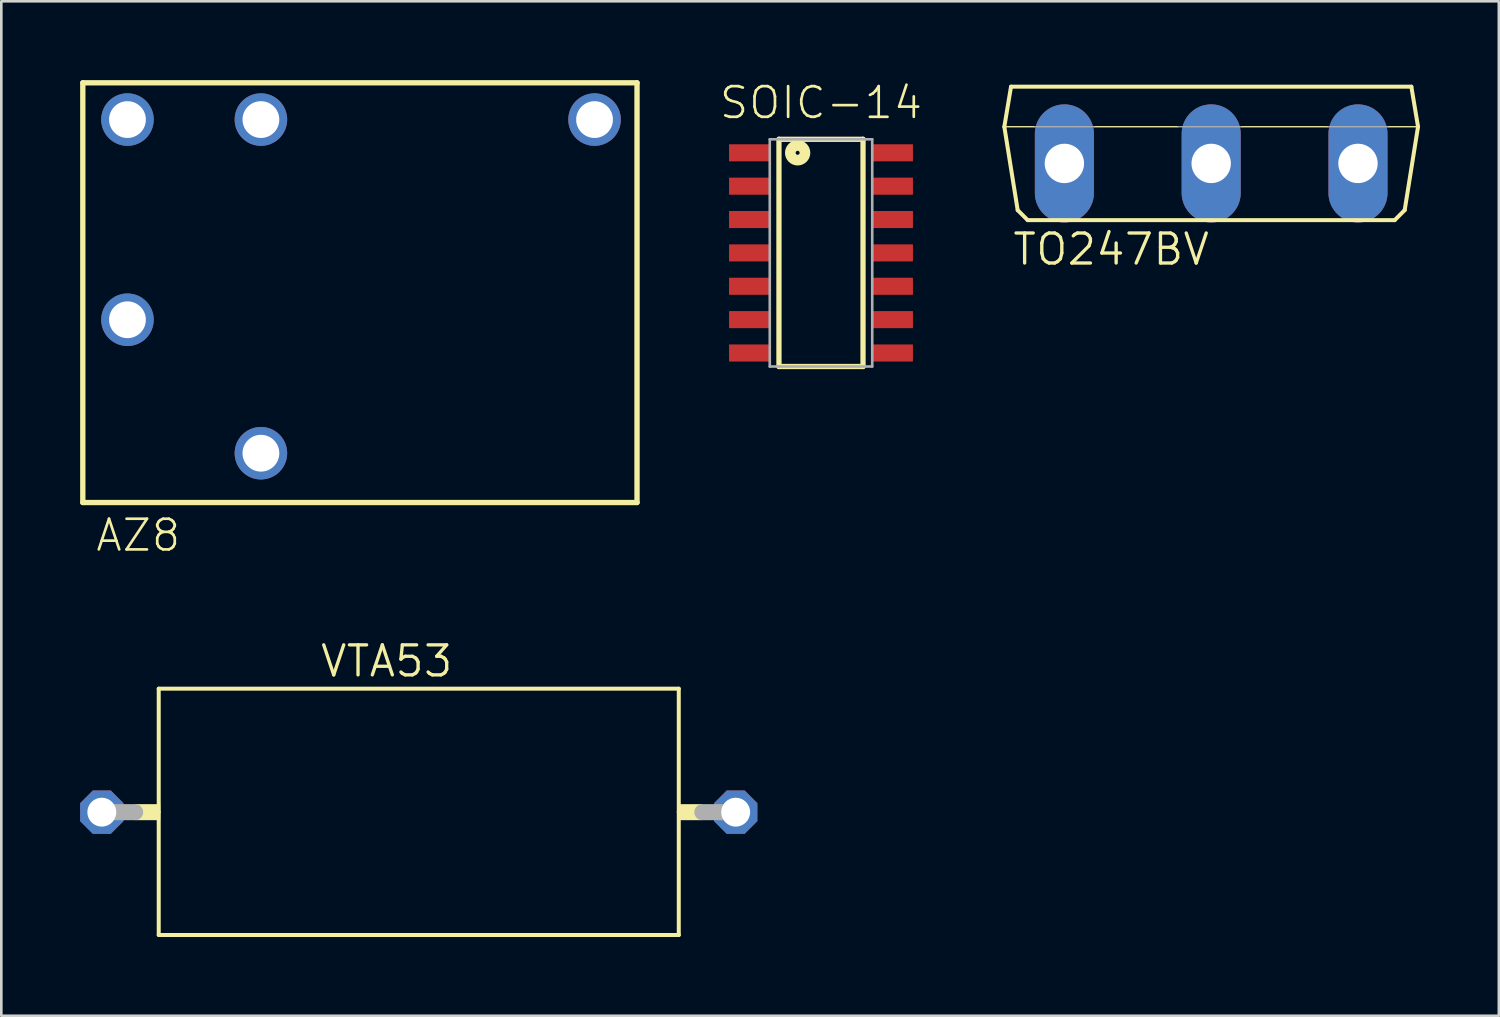
<source format=kicad_pcb>
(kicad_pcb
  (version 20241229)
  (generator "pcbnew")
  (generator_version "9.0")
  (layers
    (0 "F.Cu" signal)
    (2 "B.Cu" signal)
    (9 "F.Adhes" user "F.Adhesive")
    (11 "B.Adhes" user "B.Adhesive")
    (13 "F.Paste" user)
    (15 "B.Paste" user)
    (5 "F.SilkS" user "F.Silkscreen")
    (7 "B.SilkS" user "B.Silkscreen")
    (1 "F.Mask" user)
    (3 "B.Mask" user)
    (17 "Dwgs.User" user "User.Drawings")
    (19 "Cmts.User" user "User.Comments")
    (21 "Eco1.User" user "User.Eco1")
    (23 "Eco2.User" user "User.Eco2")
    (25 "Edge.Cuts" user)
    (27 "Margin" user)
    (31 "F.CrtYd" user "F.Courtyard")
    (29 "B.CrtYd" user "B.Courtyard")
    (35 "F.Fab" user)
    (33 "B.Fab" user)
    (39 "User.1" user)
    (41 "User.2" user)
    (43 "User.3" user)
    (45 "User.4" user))
  (footprint "SOIC−14"
    (layer "F.Cu")
    (at 28.202 6.577)
    (property "Reference" "SOIC−14" (at 0 -5.715 0) (layer "F.SilkS") (effects (font (size 1.168 1.168) (thickness 0.102))))
    (fp_line (start -1.6 -4.325) (end 1.6 -4.325) (stroke (width 0.2) (type solid)) (layer "F.SilkS"))
    (fp_line (start -1.6 4.325) (end -1.6 -4.325) (stroke (width 0.2) (type solid)) (layer "F.SilkS"))
    (fp_line (start 1.6 -4.325) (end 1.6 4.325) (stroke (width 0.2) (type solid)) (layer "F.SilkS"))
    (fp_line (start 1.6 4.325) (end -1.6 4.325) (stroke (width 0.2) (type solid)) (layer "F.SilkS"))
    (fp_circle (center -0.889 -3.81) (end -0.813 -3.81) (stroke (width 0.406) (type solid)) (fill no) (layer "F.SilkS"))
    (fp_line (start -1.95 -4.325) (end 1.95 -4.325) (stroke (width 0.1) (type solid)) (layer "F.Fab"))
    (fp_line (start -1.95 4.325) (end -1.95 -4.325) (stroke (width 0.1) (type solid)) (layer "F.Fab"))
    (fp_line (start 1.95 -4.325) (end 1.95 4.325) (stroke (width 0.1) (type solid)) (layer "F.Fab"))
    (fp_line (start 1.95 4.325) (end -1.95 4.325) (stroke (width 0.1) (type solid)) (layer "F.Fab"))
    (pad "1" smd rect (at -2.725 -3.81) (size 1.55 0.65) (layers "F.Cu" "F.Mask" "F.Paste"))
    (pad "2" smd rect (at -2.725 -2.54) (size 1.55 0.65) (layers "F.Cu" "F.Mask" "F.Paste"))
    (pad "3" smd rect (at -2.725 -1.27) (size 1.55 0.65) (layers "F.Cu" "F.Mask" "F.Paste"))
    (pad "4" smd rect (at -2.725 0) (size 1.55 0.65) (layers "F.Cu" "F.Mask" "F.Paste"))
    (pad "5" smd rect (at -2.725 1.27) (size 1.55 0.65) (layers "F.Cu" "F.Mask" "F.Paste"))
    (pad "6" smd rect (at -2.725 2.54) (size 1.55 0.65) (layers "F.Cu" "F.Mask" "F.Paste"))
    (pad "7" smd rect (at -2.725 3.81) (size 1.55 0.65) (layers "F.Cu" "F.Mask" "F.Paste"))
    (pad "8" smd rect (at 2.725 3.81) (size 1.55 0.65) (layers "F.Cu" "F.Mask" "F.Paste"))
    (pad "9" smd rect (at 2.725 2.54) (size 1.55 0.65) (layers "F.Cu" "F.Mask" "F.Paste"))
    (pad "10" smd rect (at 2.725 1.27) (size 1.55 0.65) (layers "F.Cu" "F.Mask" "F.Paste"))
    (pad "11" smd rect (at 2.725 0) (size 1.55 0.65) (layers "F.Cu" "F.Mask" "F.Paste"))
    (pad "12" smd rect (at 2.725 -1.27) (size 1.55 0.65) (layers "F.Cu" "F.Mask" "F.Paste"))
    (pad "13" smd rect (at 2.725 -2.54) (size 1.55 0.65) (layers "F.Cu" "F.Mask" "F.Paste"))
    (pad "14" smd rect (at 2.725 -3.81) (size 1.55 0.65) (layers "F.Cu" "F.Mask" "F.Paste")))
  (footprint "AZ8"
    (layer "F.Cu")
    (at 10.692 7.852)
    (property "Reference" "AZ8" (at -10.16 10.16 0) (layer "F.SilkS") (effects (font (size 1.168 1.168) (thickness 0.102)) (justify left bottom)))
    (fp_line (start -10.59 -7.75) (end -10.59 8.225) (stroke (width 0.203) (type solid)) (layer "F.SilkS"))
    (fp_line (start 10.507 -7.75) (end -10.59 -7.75) (stroke (width 0.203) (type solid)) (layer "F.SilkS"))
    (fp_line (start 10.507 -7.75) (end 10.507 8.225) (stroke (width 0.203) (type solid)) (layer "F.SilkS"))
    (fp_line (start 10.507 8.227) (end -10.59 8.227) (stroke (width 0.203) (type solid)) (layer "F.SilkS"))
    (pad "1" thru_hole circle (at 8.89 -6.35 180) (size 2 2) (drill 1.4) (layers "*.Cu" "*.Mask"))
    (pad "2" thru_hole circle (at -3.81 -6.35 180) (size 2 2) (drill 1.4) (layers "*.Cu" "*.Mask"))
    (pad "3" thru_hole circle (at -8.89 1.27 180) (size 2 2) (drill 1.4) (layers "*.Cu" "*.Mask"))
    (pad "4" thru_hole circle (at -3.81 6.35 180) (size 2 2) (drill 1.4) (layers "*.Cu" "*.Mask"))
    (pad "5" thru_hole circle (at -8.89 -6.35 180) (size 2 2) (drill 1.4) (layers "*.Cu" "*.Mask")))
  (footprint "VTA53"
    (layer "F.Cu")
    (at 12.89 27.866)
    (property "Reference" "VTA53" (at -3.81 -5.08 0) (layer "F.SilkS") (effects (font (size 1.143 1.143) (thickness 0.127)) (justify left bottom)))
    (fp_line (start -9.898 -4.7) (end -9.898 0) (stroke (width 0.152) (type solid)) (layer "F.SilkS"))
    (fp_line (start -9.898 0) (end -9.898 4.675) (stroke (width 0.152) (type solid)) (layer "F.SilkS"))
    (fp_line (start -9.898 4.675) (end 9.898 4.675) (stroke (width 0.152) (type solid)) (layer "F.SilkS"))
    (fp_line (start 9.898 -4.7) (end -9.898 -4.7) (stroke (width 0.152) (type solid)) (layer "F.SilkS"))
    (fp_line (start 9.898 0) (end 9.898 -4.7) (stroke (width 0.152) (type solid)) (layer "F.SilkS"))
    (fp_line (start 9.898 4.675) (end 9.898 0) (stroke (width 0.152) (type solid)) (layer "F.SilkS"))
    (fp_poly (pts (xy -10.795 0.305) (xy -9.842 0.305) (xy -9.842 -0.305) (xy -10.795 -0.305)) (stroke (width 0) (type default)) (fill yes) (layer "F.SilkS"))
    (fp_poly (pts (xy 9.842 0.305) (xy 10.795 0.305) (xy 10.795 -0.305) (xy 9.842 -0.305)) (stroke (width 0) (type default)) (fill yes) (layer "F.SilkS"))
    (fp_line (start -12.065 0) (end -10.795 0) (stroke (width 0.61) (type solid)) (layer "F.Fab"))
    (fp_line (start 10.795 0) (end 12.065 0) (stroke (width 0.61) (type solid)) (layer "F.Fab"))
    (pad "1" thru_hole roundrect (at -12.065 0) (size 1.65 1.65) (drill 1.1) (layers "*.Cu" "*.Mask") (roundrect_rratio 0.25) (chamfer_ratio 0.293) (chamfer top_left top_right bottom_left bottom_right))
    (pad "2" thru_hole roundrect (at 12.065 0) (size 1.65 1.65) (drill 1.1) (layers "*.Cu" "*.Mask") (roundrect_rratio 0.25) (chamfer_ratio 0.293) (chamfer top_left top_right bottom_left bottom_right)))
  (footprint "TO247BV"
    (layer "F.Cu")
    (at 43.055 0.25)
    (property "Reference" "TO247BV" (at -7.62 6.858 0) (layer "F.SilkS") (effects (font (size 1.143 1.143) (thickness 0.127)) (justify left bottom)))
    (fp_line (start -7.874 1.524) (end -6.731 1.524) (stroke (width 0.051) (type solid)) (layer "F.SilkS"))
    (fp_line (start -7.62 0) (end -7.874 1.524) (stroke (width 0.152) (type solid)) (layer "F.SilkS"))
    (fp_line (start -7.366 4.699) (end -7.874 1.524) (stroke (width 0.152) (type solid)) (layer "F.SilkS"))
    (fp_line (start -6.985 5.08) (end -7.366 4.699) (stroke (width 0.152) (type solid)) (layer "F.SilkS"))
    (fp_line (start -6.985 5.08) (end 6.985 5.08) (stroke (width 0.152) (type solid)) (layer "F.SilkS"))
    (fp_line (start -4.445 1.524) (end -1.27 1.524) (stroke (width 0.051) (type solid)) (layer "F.SilkS"))
    (fp_line (start 1.143 1.524) (end 4.445 1.524) (stroke (width 0.051) (type solid)) (layer "F.SilkS"))
    (fp_line (start 6.731 1.524) (end 7.874 1.524) (stroke (width 0.051) (type solid)) (layer "F.SilkS"))
    (fp_line (start 6.985 5.08) (end 7.366 4.699) (stroke (width 0.152) (type solid)) (layer "F.SilkS"))
    (fp_line (start 7.366 4.699) (end 7.874 1.524) (stroke (width 0.152) (type solid)) (layer "F.SilkS"))
    (fp_line (start 7.62 0) (end -7.62 0) (stroke (width 0.152) (type solid)) (layer "F.SilkS"))
    (fp_line (start 7.874 1.524) (end 7.62 0) (stroke (width 0.152) (type solid)) (layer "F.SilkS"))
    (fp_line (start -6.731 1.524) (end -4.445 1.524) (stroke (width 0.051) (type solid)) (layer "F.Fab"))
    (fp_line (start -1.27 1.524) (end 1.143 1.524) (stroke (width 0.051) (type solid)) (layer "F.Fab"))
    (fp_line (start 4.445 1.524) (end 6.731 1.524) (stroke (width 0.051) (type solid)) (layer "F.Fab"))
    (pad "D" thru_hole oval (at 0 2.921 90) (size 4.496 2.248) (drill 1.499) (layers "*.Cu" "*.Mask"))
    (pad "G" thru_hole oval (at -5.588 2.921 90) (size 4.496 2.248) (drill 1.499) (layers "*.Cu" "*.Mask"))
    (pad "S" thru_hole oval (at 5.588 2.921 90) (size 4.496 2.248) (drill 1.499) (layers "*.Cu" "*.Mask")))
  (gr_rect
    (start -3 -3)
    (end 54.005 35.617)
    (stroke (width 0.1) (type default))
    (fill no)
    (layer "Edge.Cuts")))
</source>
